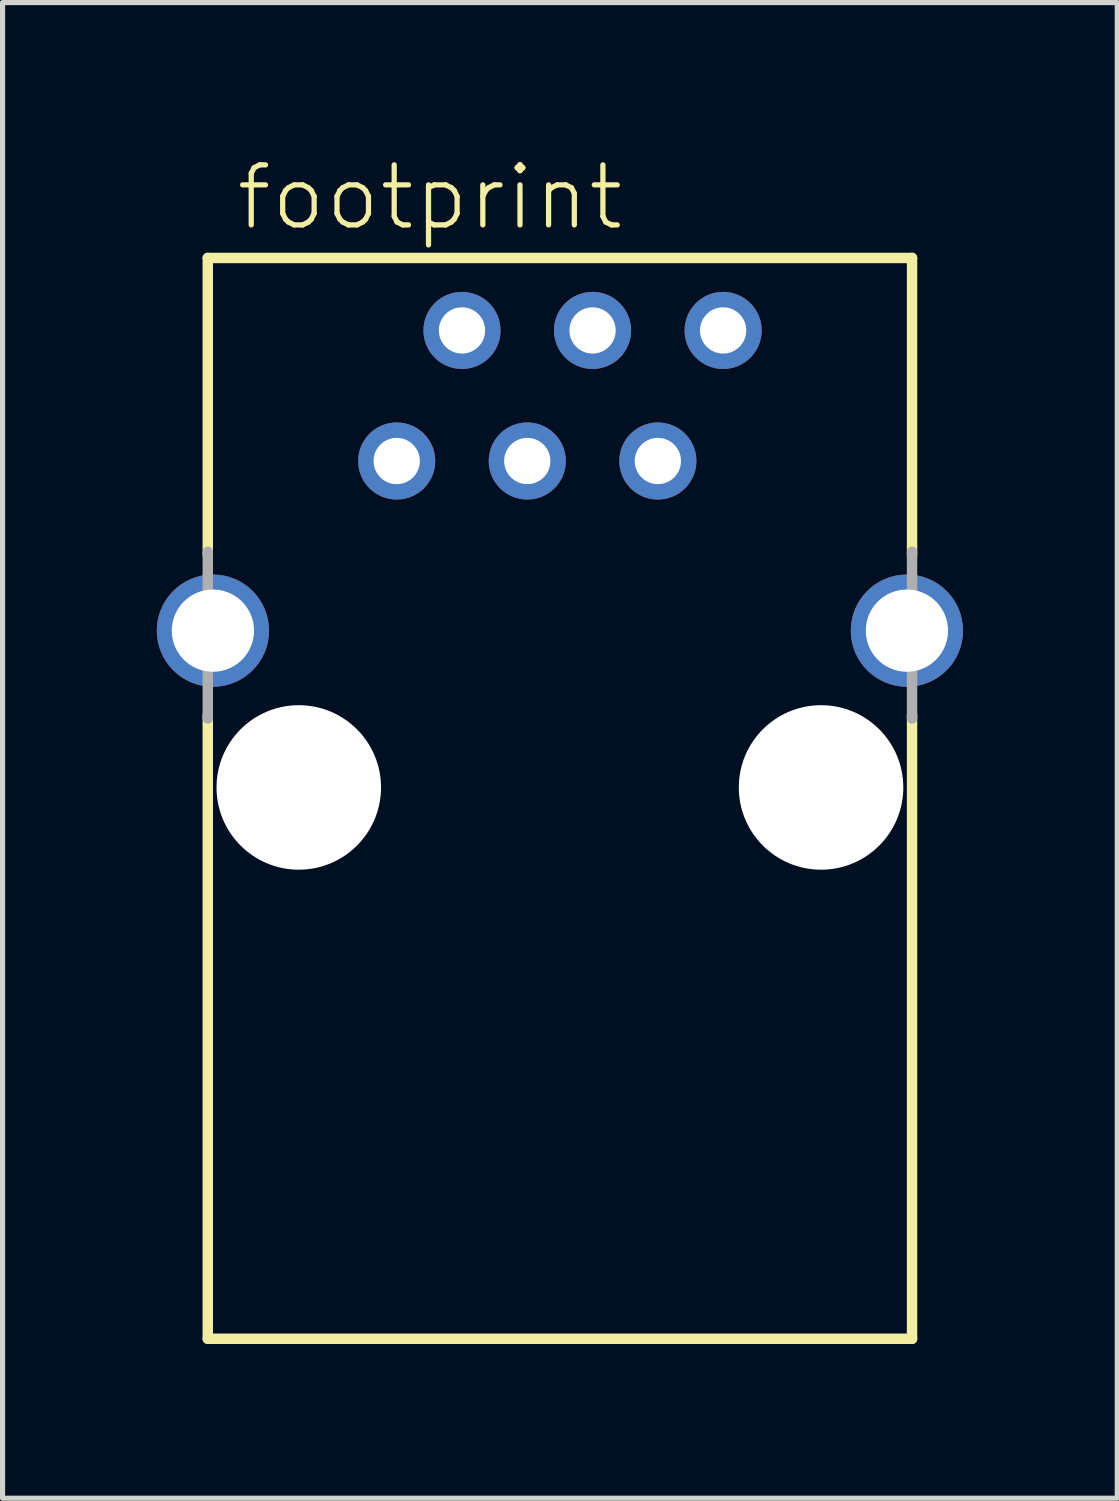
<source format=kicad_pcb>
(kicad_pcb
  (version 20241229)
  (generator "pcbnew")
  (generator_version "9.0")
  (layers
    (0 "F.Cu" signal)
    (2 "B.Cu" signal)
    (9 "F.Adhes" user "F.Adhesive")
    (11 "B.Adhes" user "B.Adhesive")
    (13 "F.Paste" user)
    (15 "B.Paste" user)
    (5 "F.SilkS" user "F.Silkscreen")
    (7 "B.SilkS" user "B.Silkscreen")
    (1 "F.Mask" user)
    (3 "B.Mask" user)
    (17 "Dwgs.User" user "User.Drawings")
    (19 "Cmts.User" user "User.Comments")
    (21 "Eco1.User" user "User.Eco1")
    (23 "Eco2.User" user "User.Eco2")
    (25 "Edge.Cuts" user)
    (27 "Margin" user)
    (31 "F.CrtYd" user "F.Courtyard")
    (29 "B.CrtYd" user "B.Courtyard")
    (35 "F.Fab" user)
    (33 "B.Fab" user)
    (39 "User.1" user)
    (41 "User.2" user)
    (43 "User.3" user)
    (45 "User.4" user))
  (footprint "footprint"
    (layer "F.Cu")
    (at 7.842 12.268)
    (property "Reference" "footprint" (at -6.35 -10.795 0) (layer "F.SilkS") (effects (font (size 1.168 1.168) (thickness 0.102)) (justify left bottom)))
    (fp_line (start -6.85 -10.3) (end 6.85 -10.3) (stroke (width 0.203) (type solid)) (layer "F.SilkS"))
    (fp_line (start -6.85 -4.515) (end -6.85 -10.3) (stroke (width 0.203) (type solid)) (layer "F.SilkS"))
    (fp_line (start -6.85 10.725) (end -6.85 -1.41) (stroke (width 0.203) (type solid)) (layer "F.SilkS"))
    (fp_line (start 6.85 -10.3) (end 6.85 -4.515) (stroke (width 0.203) (type solid)) (layer "F.SilkS"))
    (fp_line (start 6.85 -1.41) (end 6.85 10.725) (stroke (width 0.203) (type solid)) (layer "F.SilkS"))
    (fp_line (start 6.85 10.725) (end -6.85 10.725) (stroke (width 0.203) (type solid)) (layer "F.SilkS"))
    (fp_line (start -6.85 -1.34) (end -6.85 -4.585) (stroke (width 0.203) (type solid)) (layer "F.Fab"))
    (fp_line (start 6.85 -4.585) (end 6.85 -1.34) (stroke (width 0.203) (type solid)) (layer "F.Fab"))
    (pad "" np_thru_hole circle (at -5.08 0) (size 3.2 3.2) (drill 3.2) (layers "*.Cu" "*.Mask"))
    (pad "" np_thru_hole circle (at 5.08 0) (size 3.2 3.2) (drill 3.2) (layers "*.Cu" "*.Mask"))
    (pad "1" thru_hole circle (at -3.175 -6.35) (size 1.5 1.5) (drill 0.9) (layers "*.Cu" "*.Mask"))
    (pad "2" thru_hole circle (at -1.905 -8.89) (size 1.5 1.5) (drill 0.9) (layers "*.Cu" "*.Mask"))
    (pad "3" thru_hole circle (at -0.635 -6.35) (size 1.5 1.5) (drill 0.9) (layers "*.Cu" "*.Mask"))
    (pad "4" thru_hole circle (at 0.635 -8.89) (size 1.5 1.5) (drill 0.9) (layers "*.Cu" "*.Mask"))
    (pad "5" thru_hole circle (at 1.905 -6.35) (size 1.5 1.5) (drill 0.9) (layers "*.Cu" "*.Mask"))
    (pad "6" thru_hole circle (at 3.175 -8.89) (size 1.5 1.5) (drill 0.9) (layers "*.Cu" "*.Mask"))
    (pad "S1" thru_hole circle (at -6.75 -3.05) (size 2.184 2.184) (drill 1.6) (layers "*.Cu" "*.Mask"))
    (pad "S2" thru_hole circle (at 6.75 -3.05) (size 2.184 2.184) (drill 1.6) (layers "*.Cu" "*.Mask")))
  (gr_rect
    (start -3 -3)
    (end 18.684 26.095)
    (stroke (width 0.1) (type default))
    (fill no)
    (layer "Edge.Cuts")))
</source>
